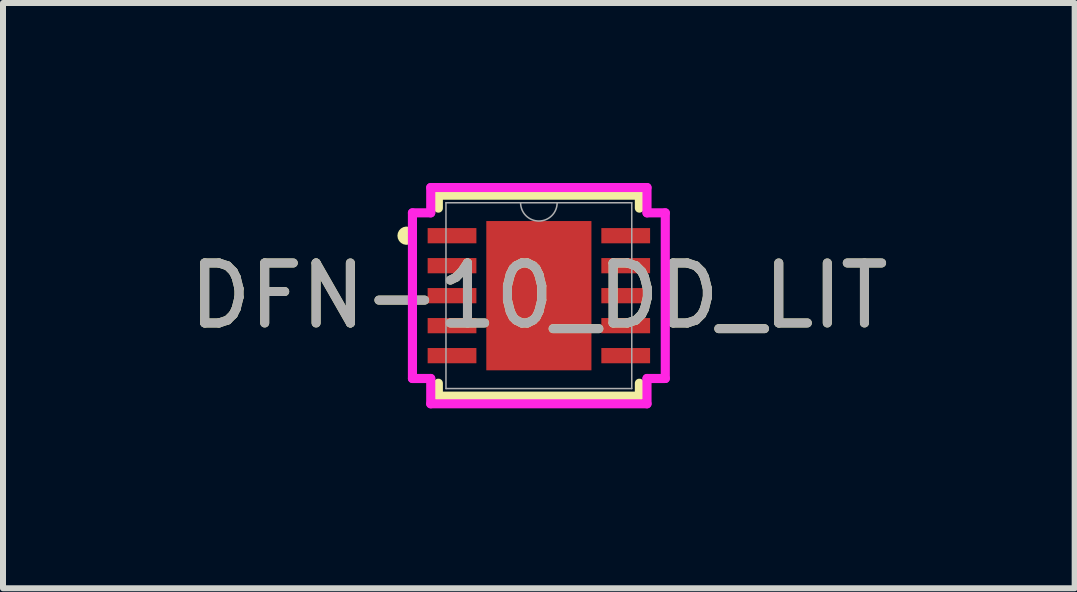
<source format=kicad_pcb>
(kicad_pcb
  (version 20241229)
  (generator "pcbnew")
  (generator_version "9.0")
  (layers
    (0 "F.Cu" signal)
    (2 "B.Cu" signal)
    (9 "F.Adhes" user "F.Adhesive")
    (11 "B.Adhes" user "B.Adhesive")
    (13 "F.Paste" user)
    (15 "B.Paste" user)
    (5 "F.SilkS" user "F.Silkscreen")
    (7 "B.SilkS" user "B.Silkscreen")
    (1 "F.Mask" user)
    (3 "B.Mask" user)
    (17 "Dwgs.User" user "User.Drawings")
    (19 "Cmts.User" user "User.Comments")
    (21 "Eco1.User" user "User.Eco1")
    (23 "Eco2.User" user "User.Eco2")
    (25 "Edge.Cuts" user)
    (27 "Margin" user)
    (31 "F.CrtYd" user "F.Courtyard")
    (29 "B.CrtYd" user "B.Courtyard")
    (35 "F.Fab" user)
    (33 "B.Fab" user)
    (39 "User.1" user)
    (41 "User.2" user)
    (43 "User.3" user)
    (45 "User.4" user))
  (footprint "DFN-10_DD_LIT"
    (layer "F.Cu")
    (at 5.935 1.88)
    (property "Reference" "DFN-10_DD_LIT" (at 0 0 0) (unlocked yes) (layer "F.SilkS") (effects (font (size 1 1) (thickness 0.15))))
    (attr smd)
    (fp_line (start -1.676 -1.676) (end -1.676 -1.46) (stroke (width 0.152) (type solid)) (layer "F.SilkS"))
    (fp_line (start -1.676 1.46) (end -1.676 1.676) (stroke (width 0.152) (type solid)) (layer "F.SilkS"))
    (fp_line (start -1.676 1.676) (end 1.676 1.676) (stroke (width 0.152) (type solid)) (layer "F.SilkS"))
    (fp_line (start 1.676 -1.676) (end -1.676 -1.676) (stroke (width 0.152) (type solid)) (layer "F.SilkS"))
    (fp_line (start 1.676 -1.46) (end 1.676 -1.676) (stroke (width 0.152) (type solid)) (layer "F.SilkS"))
    (fp_line (start 1.676 1.676) (end 1.676 1.46) (stroke (width 0.152) (type solid)) (layer "F.SilkS"))
    (fp_arc (start -2.18694 -0.926171) (mid -2.282 -1) (end -2.18694 -1.073829) (stroke (width 0.1524) (type solid)) (layer "F.SilkS"))
    (fp_line (start -2.108 -1.381) (end -1.803 -1.381) (stroke (width 0.152) (type solid)) (layer "F.CrtYd"))
    (fp_line (start -2.108 1.381) (end -2.108 -1.381) (stroke (width 0.152) (type solid)) (layer "F.CrtYd"))
    (fp_line (start -2.108 1.381) (end -1.803 1.381) (stroke (width 0.152) (type solid)) (layer "F.CrtYd"))
    (fp_line (start -1.803 -1.803) (end 1.803 -1.803) (stroke (width 0.152) (type solid)) (layer "F.CrtYd"))
    (fp_line (start -1.803 -1.381) (end -1.803 -1.803) (stroke (width 0.152) (type solid)) (layer "F.CrtYd"))
    (fp_line (start -1.803 1.803) (end -1.803 1.381) (stroke (width 0.152) (type solid)) (layer "F.CrtYd"))
    (fp_line (start 1.803 -1.803) (end 1.803 -1.381) (stroke (width 0.152) (type solid)) (layer "F.CrtYd"))
    (fp_line (start 1.803 1.381) (end 1.803 1.803) (stroke (width 0.152) (type solid)) (layer "F.CrtYd"))
    (fp_line (start 1.803 1.803) (end -1.803 1.803) (stroke (width 0.152) (type solid)) (layer "F.CrtYd"))
    (fp_line (start 2.108 -1.381) (end 1.803 -1.381) (stroke (width 0.152) (type solid)) (layer "F.CrtYd"))
    (fp_line (start 2.108 -1.381) (end 2.108 1.381) (stroke (width 0.152) (type solid)) (layer "F.CrtYd"))
    (fp_line (start 2.108 1.381) (end 1.803 1.381) (stroke (width 0.152) (type solid)) (layer "F.CrtYd"))
    (fp_line (start -1.549 -1.549) (end -1.549 1.549) (stroke (width 0.025) (type solid)) (layer "F.Fab"))
    (fp_line (start -1.549 1.549) (end 1.549 1.549) (stroke (width 0.025) (type solid)) (layer "F.Fab"))
    (fp_line (start 1.549 -1.549) (end -1.549 -1.549) (stroke (width 0.025) (type solid)) (layer "F.Fab"))
    (fp_line (start 1.549 1.549) (end 1.549 -1.549) (stroke (width 0.025) (type solid)) (layer "F.Fab"))
    (fp_arc (start 0.3048 -1.5494) (mid 0 -1.2446) (end -0.3048 -1.5494) (stroke (width 0.0254) (type solid)) (layer "F.Fab"))
    (fp_text user "${REFERENCE}" (at 0 0 0) (unlocked yes) (layer "F.Fab") (effects (font (size 1 1) (thickness 0.15))))
    (pad "1" smd rect (at -1.448 -1) (size 0.813 0.254) (layers "F.Cu" "F.Mask" "F.Paste"))
    (pad "2" smd rect (at -1.448 -0.5) (size 0.813 0.254) (layers "F.Cu" "F.Mask" "F.Paste"))
    (pad "3" smd rect (at -1.448 0) (size 0.813 0.254) (layers "F.Cu" "F.Mask" "F.Paste"))
    (pad "4" smd rect (at -1.448 0.5) (size 0.813 0.254) (layers "F.Cu" "F.Mask" "F.Paste"))
    (pad "5" smd rect (at -1.448 1) (size 0.813 0.254) (layers "F.Cu" "F.Mask" "F.Paste"))
    (pad "6" smd rect (at 1.448 1) (size 0.813 0.254) (layers "F.Cu" "F.Mask" "F.Paste"))
    (pad "7" smd rect (at 1.448 0.5) (size 0.813 0.254) (layers "F.Cu" "F.Mask" "F.Paste"))
    (pad "8" smd rect (at 1.448 0) (size 0.813 0.254) (layers "F.Cu" "F.Mask" "F.Paste"))
    (pad "9" smd rect (at 1.448 -0.5) (size 0.813 0.254) (layers "F.Cu" "F.Mask" "F.Paste"))
    (pad "10" smd rect (at 1.448 -1) (size 0.813 0.254) (layers "F.Cu" "F.Mask" "F.Paste"))
    (pad "11" smd rect (at 0 0) (size 1.753 2.489) (layers "F.Cu" "F.Mask" "F.Paste")))
  (gr_rect
    (start -3 -3)
    (end 14.869 6.759)
    (stroke (width 0.1) (type default))
    (fill no)
    (layer "Edge.Cuts")))
</source>
